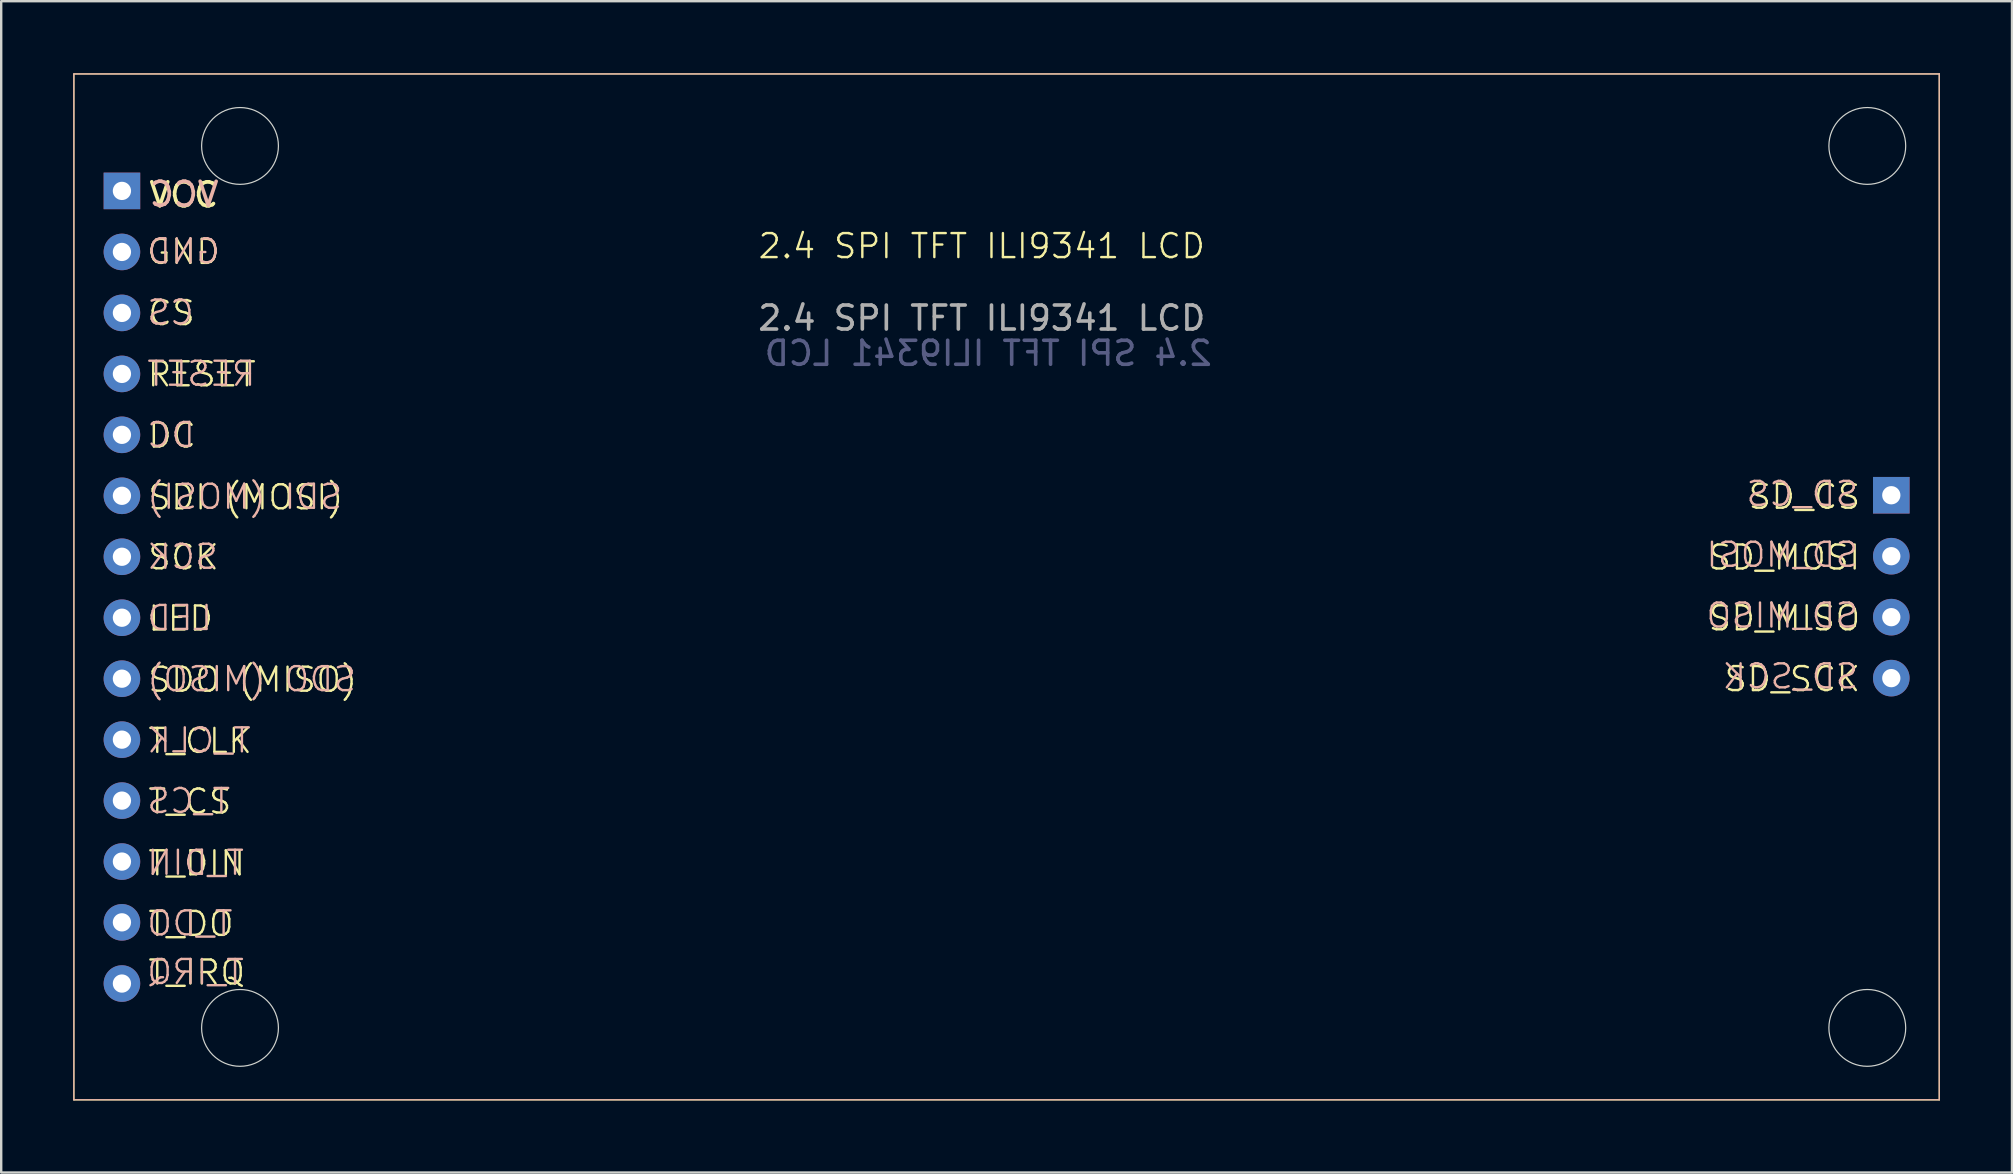
<source format=kicad_pcb>
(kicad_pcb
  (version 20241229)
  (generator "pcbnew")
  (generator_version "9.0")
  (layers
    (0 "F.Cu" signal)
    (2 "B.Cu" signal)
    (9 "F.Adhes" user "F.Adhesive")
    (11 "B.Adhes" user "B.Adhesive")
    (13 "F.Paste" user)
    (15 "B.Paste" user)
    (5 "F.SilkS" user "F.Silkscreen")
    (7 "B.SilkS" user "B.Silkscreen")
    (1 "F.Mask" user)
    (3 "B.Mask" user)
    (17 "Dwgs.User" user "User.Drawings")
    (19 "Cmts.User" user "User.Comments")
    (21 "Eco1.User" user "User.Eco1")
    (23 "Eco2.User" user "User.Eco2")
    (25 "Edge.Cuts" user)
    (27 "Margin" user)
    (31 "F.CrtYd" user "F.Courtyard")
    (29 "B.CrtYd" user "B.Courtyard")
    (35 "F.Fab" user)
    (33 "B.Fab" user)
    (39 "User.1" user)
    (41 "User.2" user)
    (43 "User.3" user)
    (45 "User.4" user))
  (footprint "2.4 SPI TFT ILI9341 LCD"
    (layer "F.Cu")
    (at 38.715 18.881)
    (property "Reference" "2.4 SPI TFT ILI9341 LCD" (at -0.86 -11.677 0) (unlocked yes) (layer "F.SilkS") (effects (font (size 1 1) (thickness 0.1))))
    (attr through_hole)
    (fp_line (start -38.685 23.896) (end -38.685 -18.85) (stroke (width 0.05) (type default)) (layer "F.SilkS"))
    (fp_line (start -38.685 -18.85) (end 39.035 -18.85) (stroke (width 0.05) (type default)) (layer "F.SilkS"))
    (fp_line (start 39.035 23.896) (end -38.685 23.896) (stroke (width 0.05) (type default)) (layer "F.SilkS"))
    (fp_line (start 39.035 -18.85) (end 39.035 23.896) (stroke (width 0.05) (type default)) (layer "F.SilkS"))
    (fp_line (start -38.69 23.896) (end -38.69 -18.85) (stroke (width 0.05) (type default)) (layer "B.SilkS"))
    (fp_line (start -38.68 -18.85) (end 39.04 -18.85) (stroke (width 0.05) (type default)) (layer "B.SilkS"))
    (fp_line (start 39.03 -18.856) (end 39.03 23.89) (stroke (width 0.05) (type default)) (layer "B.SilkS"))
    (fp_line (start 39.03 23.89) (end -38.69 23.89) (stroke (width 0.05) (type default)) (layer "B.SilkS"))
    (fp_circle (center -31.765 20.896) (end -30.165 20.896) (stroke (width 0.05) (type default)) (fill no) (layer "Edge.Cuts"))
    (fp_circle (center -31.765 -15.85) (end -30.165 -15.85) (stroke (width 0.05) (type default)) (fill no) (layer "Edge.Cuts"))
    (fp_circle (center 36.035 20.896) (end 37.635 20.896) (stroke (width 0.05) (type default)) (fill no) (layer "Edge.Cuts"))
    (fp_circle (center 36.035 -15.85) (end 37.635 -15.85) (stroke (width 0.05) (type default)) (fill no) (layer "Edge.Cuts"))
    (fp_text user "T_IRQ" (at -35.66 19.173 0) (unlocked yes) (layer "F.SilkS") (effects (font (size 1 1) (thickness 0.1)) (justify left bottom)))
    (fp_text user "RESET" (at -35.685 -5.752 0) (unlocked yes) (layer "F.SilkS") (effects (font (size 1 1) (thickness 0.1)) (justify left bottom)))
    (fp_text user "DC" (at -35.66 -3.202 0) (unlocked yes) (layer "F.SilkS") (effects (font (size 1 1) (thickness 0.1)) (justify left bottom)))
    (fp_text user "LED" (at -35.66 4.423 0) (unlocked yes) (layer "F.SilkS") (effects (font (size 1 1) (thickness 0.1)) (justify left bottom)))
    (fp_text user "SDI (MOSI)" (at -35.66 -0.627 0) (unlocked yes) (layer "F.SilkS") (effects (font (size 1 1) (thickness 0.1)) (justify left bottom)))
    (fp_text user "T_CLK" (at -35.66 9.523 0) (unlocked yes) (layer "F.SilkS") (effects (font (size 1 1) (thickness 0.1)) (justify left bottom)))
    (fp_text user "T_CS" (at -35.66 12.048 0) (unlocked yes) (layer "F.SilkS") (effects (font (size 1 1) (thickness 0.1)) (justify left bottom)))
    (fp_text user "SD_CS" (at 31.015 -0.652 0) (unlocked yes) (layer "F.SilkS") (effects (font (size 1 1) (thickness 0.1)) (justify left bottom)))
    (fp_text user "SCK" (at -35.66 1.873 0) (unlocked yes) (layer "F.SilkS") (effects (font (size 1 1) (thickness 0.1)) (justify left bottom)))
    (fp_text user "SD_MISO" (at 29.348 4.415 0) (unlocked yes) (layer "F.SilkS") (effects (font (size 1 1) (thickness 0.1)) (justify left bottom)))
    (fp_text user "GND" (at -35.71 -10.852 0) (unlocked yes) (layer "F.SilkS") (effects (font (size 1 1) (thickness 0.1)) (justify left bottom)))
    (fp_text user "SD_SCK" (at 30.015 6.948 0) (unlocked yes) (layer "F.SilkS") (effects (font (size 1 1) (thickness 0.1)) (justify left bottom)))
    (fp_text user "SDO (MISO)" (at -35.66 6.973 0) (unlocked yes) (layer "F.SilkS") (effects (font (size 1 1) (thickness 0.1)) (justify left bottom)))
    (fp_text user "CS" (at -35.66 -8.302 0) (unlocked yes) (layer "F.SilkS") (effects (font (size 1 1) (thickness 0.1)) (justify left bottom)))
    (fp_text user "T_DIN" (at -35.66 14.623 0) (unlocked yes) (layer "F.SilkS") (effects (font (size 1 1) (thickness 0.1)) (justify left bottom)))
    (fp_text user "T_DO" (at -35.66 17.148 0) (unlocked yes) (layer "F.SilkS") (effects (font (size 1 1) (thickness 0.1)) (justify left bottom)))
    (fp_text user "VCC" (at -35.635 -13.227 0) (unlocked yes) (layer "F.SilkS") (effects (font (size 1 1) (thickness 0.15)) (justify left bottom)))
    (fp_text user "SD_MOSI" (at 29.348 1.881 0) (unlocked yes) (layer "F.SilkS") (effects (font (size 1 1) (thickness 0.1)) (justify left bottom)))
    (fp_text user "SD_MISO" (at 35.725 4.3 0) (unlocked yes) (layer "B.SilkS") (effects (font (size 1 1) (thickness 0.1)) (justify left bottom mirror)))
    (fp_text user "SCK" (at -32.62 1.85 0) (unlocked yes) (layer "B.SilkS") (effects (font (size 1 1) (thickness 0.1)) (justify left bottom mirror)))
    (fp_text user "CS" (at -33.62 -8.325 0) (unlocked yes) (layer "B.SilkS") (effects (font (size 1 1) (thickness 0.1)) (justify left bottom mirror)))
    (fp_text user "SDO (MISO)" (at -26.858 6.95 0) (unlocked yes) (layer "B.SilkS") (effects (font (size 1 1) (thickness 0.1)) (justify left bottom mirror)))
    (fp_text user "T_DO" (at -32.001 17.125 0) (unlocked yes) (layer "B.SilkS") (effects (font (size 1 1) (thickness 0.1)) (justify left bottom mirror)))
    (fp_text user "SD_MOSI" (at 35.725 1.767 0) (unlocked yes) (layer "B.SilkS") (effects (font (size 1 1) (thickness 0.1)) (justify left bottom mirror)))
    (fp_text user "LED" (at -32.858 4.4 0) (unlocked yes) (layer "B.SilkS") (effects (font (size 1 1) (thickness 0.1)) (justify left bottom mirror)))
    (fp_text user "VCC" (at -32.565 -13.25 0) (unlocked yes) (layer "B.SilkS") (effects (font (size 1 1) (thickness 0.15)) (justify left bottom mirror)))
    (fp_text user "T_CLK" (at -31.239 9.5 0) (unlocked yes) (layer "B.SilkS") (effects (font (size 1 1) (thickness 0.1)) (justify left bottom mirror)))
    (fp_text user "SD_SCK" (at 35.725 6.833 0) (unlocked yes) (layer "B.SilkS") (effects (font (size 1 1) (thickness 0.1)) (justify left bottom mirror)))
    (fp_text user "T_CS" (at -32.096 12.025 0) (unlocked yes) (layer "B.SilkS") (effects (font (size 1 1) (thickness 0.1)) (justify left bottom mirror)))
    (fp_text user "SD_CS" (at 35.725 -0.767 0) (unlocked yes) (layer "B.SilkS") (effects (font (size 1 1) (thickness 0.1)) (justify left bottom mirror)))
    (fp_text user "RESET" (at -31.049 -5.775 0) (unlocked yes) (layer "B.SilkS") (effects (font (size 1 1) (thickness 0.1)) (justify left bottom mirror)))
    (fp_text user "T_IRQ" (at -31.525 19.15 0) (unlocked yes) (layer "B.SilkS") (effects (font (size 1 1) (thickness 0.1)) (justify left bottom mirror)))
    (fp_text user "GND" (at -32.525 -10.875 0) (unlocked yes) (layer "B.SilkS") (effects (font (size 1 1) (thickness 0.1)) (justify left bottom mirror)))
    (fp_text user "SDI (MOSI)" (at -27.43 -0.65 0) (unlocked yes) (layer "B.SilkS") (effects (font (size 1 1) (thickness 0.1)) (justify left bottom mirror)))
    (fp_text user "DC" (at -33.573 -3.225 0) (unlocked yes) (layer "B.SilkS") (effects (font (size 1 1) (thickness 0.1)) (justify left bottom mirror)))
    (fp_text user "T_DIN" (at -31.525 14.6 0) (unlocked yes) (layer "B.SilkS") (effects (font (size 1 1) (thickness 0.1)) (justify left bottom mirror)))
    (fp_text user "${REFERENCE}" (at -0.59 -7.21 0) (unlocked yes) (layer "B.Fab") (effects (font (size 1 1) (thickness 0.15)) (justify mirror)))
    (fp_text user "${REFERENCE}" (at -0.86 -8.677 0) (unlocked yes) (layer "F.Fab") (effects (font (size 1 1) (thickness 0.15))))
    (pad "CS" thru_hole circle (at -36.685 -8.894) (size 1.524 1.524) (drill 0.762) (layers "*.Cu" "*.Mask"))
    (pad "DC" thru_hole circle (at -36.685 -3.814) (size 1.524 1.524) (drill 0.762) (layers "*.Cu" "*.Mask"))
    (pad "GND" thru_hole circle (at -36.685 -11.434) (size 1.524 1.524) (drill 0.762) (layers "*.Cu" "*.Mask"))
    (pad "LED" thru_hole circle (at -36.685 3.806) (size 1.524 1.524) (drill 0.762) (layers "*.Cu" "*.Mask"))
    (pad "RESET" thru_hole circle (at -36.685 -6.352) (size 1.524 1.524) (drill 0.762) (layers "*.Cu" "*.Mask"))
    (pad "SCK" thru_hole circle (at -36.685 1.266) (size 1.524 1.524) (drill 0.762) (layers "*.Cu" "*.Mask"))
    (pad "SDI (MOSI)" thru_hole circle (at -36.685 -1.274) (size 1.524 1.524) (drill 0.762) (layers "*.Cu" "*.Mask"))
    (pad "SDO (MISO)" thru_hole circle (at -36.685 6.346) (size 1.524 1.524) (drill 0.762) (layers "*.Cu" "*.Mask"))
    (pad "SD_CS" thru_hole rect (at 37.035 -1.297) (size 1.524 1.524) (drill 0.762) (layers "*.Cu" "*.Mask"))
    (pad "SD_MISO" thru_hole circle (at 37.035 3.783) (size 1.524 1.524) (drill 0.762) (layers "*.Cu" "*.Mask"))
    (pad "SD_MOSI" thru_hole circle (at 37.035 1.243) (size 1.524 1.524) (drill 0.762) (layers "*.Cu" "*.Mask"))
    (pad "SD_SCK" thru_hole circle (at 37.035 6.323) (size 1.524 1.524) (drill 0.762) (layers "*.Cu" "*.Mask"))
    (pad "T_CLK" thru_hole circle (at -36.685 8.886) (size 1.524 1.524) (drill 0.762) (layers "*.Cu" "*.Mask"))
    (pad "T_CS" thru_hole circle (at -36.685 11.426) (size 1.524 1.524) (drill 0.762) (layers "*.Cu" "*.Mask"))
    (pad "T_DIN" thru_hole circle (at -36.685 13.966) (size 1.524 1.524) (drill 0.762) (layers "*.Cu" "*.Mask"))
    (pad "T_DO" thru_hole circle (at -36.685 16.498) (size 1.524 1.524) (drill 0.762) (layers "*.Cu" "*.Mask"))
    (pad "T_IRQ" thru_hole circle (at -36.685 19.048) (size 1.524 1.524) (drill 0.762) (layers "*.Cu" "*.Mask"))
    (pad "VCC" thru_hole rect (at -36.685 -13.977) (size 1.524 1.524) (drill 0.762) (layers "*.Cu" "*.Mask")))
  (gr_rect
    (start -3 -3)
    (end 80.78 45.802)
    (stroke (width 0.1) (type default))
    (fill no)
    (layer "Edge.Cuts")))
</source>
